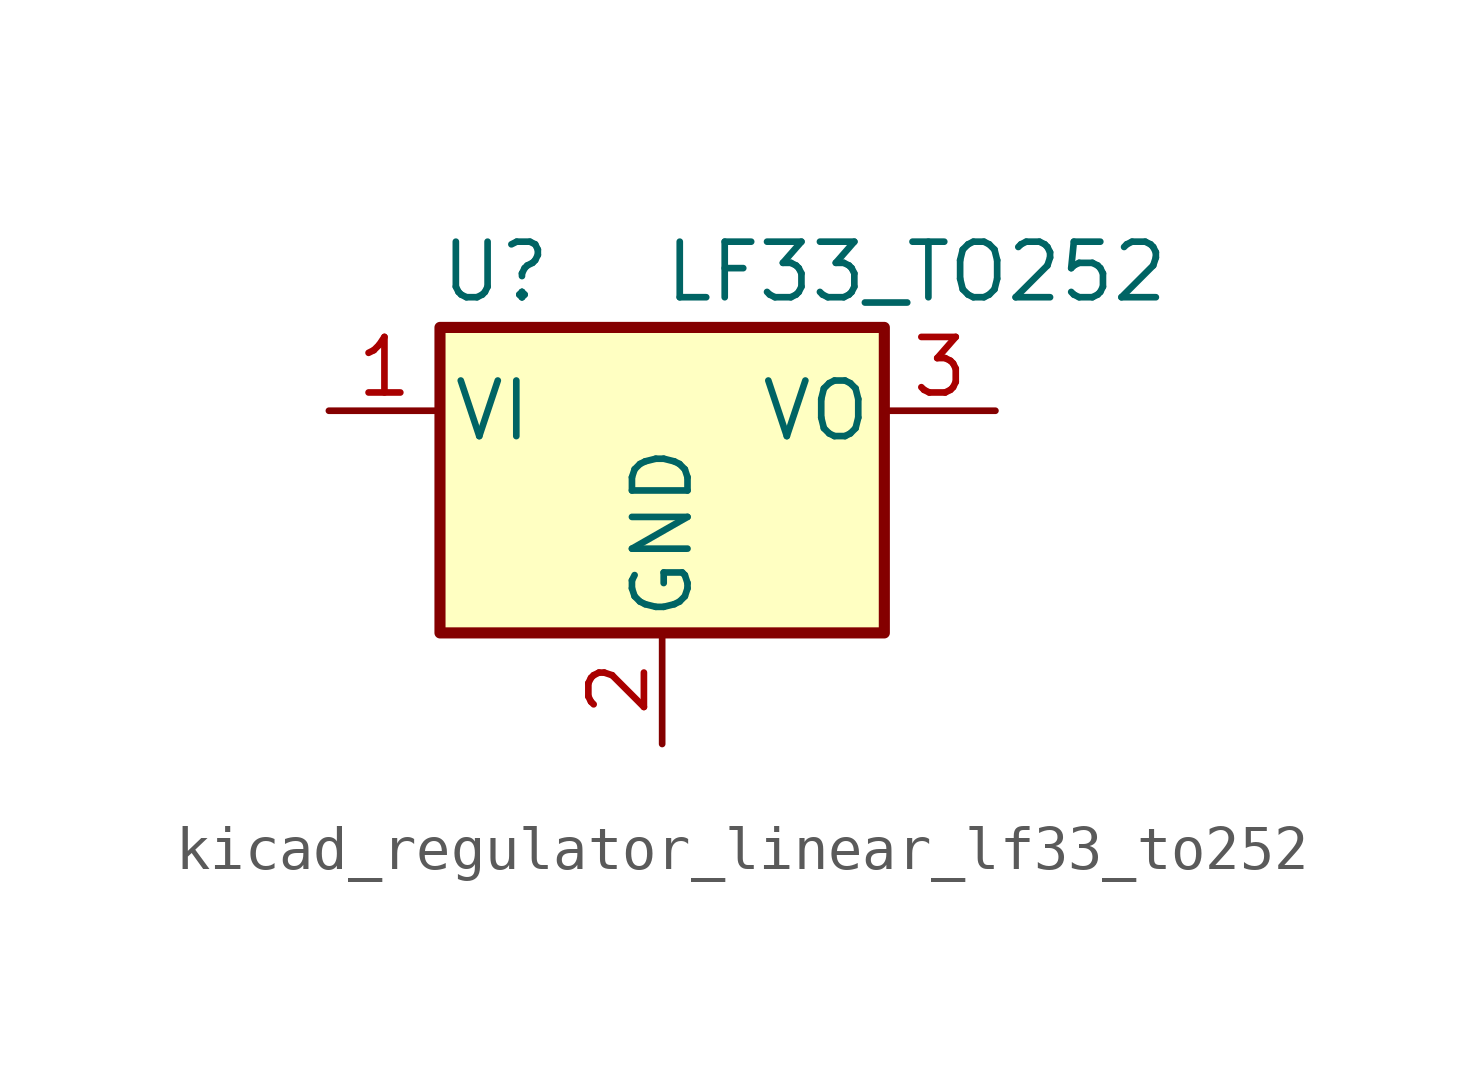
<source format=kicad_sym>
(kicad_symbol_lib
  (version 20220914)
  (generator kicad_symbol_editor)
  (symbol "kicad_regulator_linear_lf33_to252"
    (pin_names
      (offset 0.254))
    (property "Reference" "U"
      (at -3.81 3.175 0)
      (effects (font (size 1.27 1.27))))
    (property "Value" "LF33_TO252"
      (at 0 3.175 0)
      (effects (font (size 1.27 1.27)) (justify left)))
    (symbol "kicad_regulator_linear_lf33_to252_0_1"
      (rectangle (start -5.08 1.905) (end 5.08 -5.08) (stroke (width 0.254) (type default)) (fill (type background))))
    (symbol "kicad_regulator_linear_lf33_to252_1_1"
      (pin power_in line (at -7.62 0 0) (length 2.54) (name "VI" (effects (font (size 1.27 1.27)))) (number "1" (effects (font (size 1.27 1.27)))))
      (pin power_in line (at 0 -7.62 90) (length 2.54) (name "GND" (effects (font (size 1.27 1.27)))) (number "2" (effects (font (size 1.27 1.27)))))
      (pin power_out line (at 7.62 0 180) (length 2.54) (name "VO" (effects (font (size 1.27 1.27)))) (number "3" (effects (font (size 1.27 1.27))))))))
</source>
